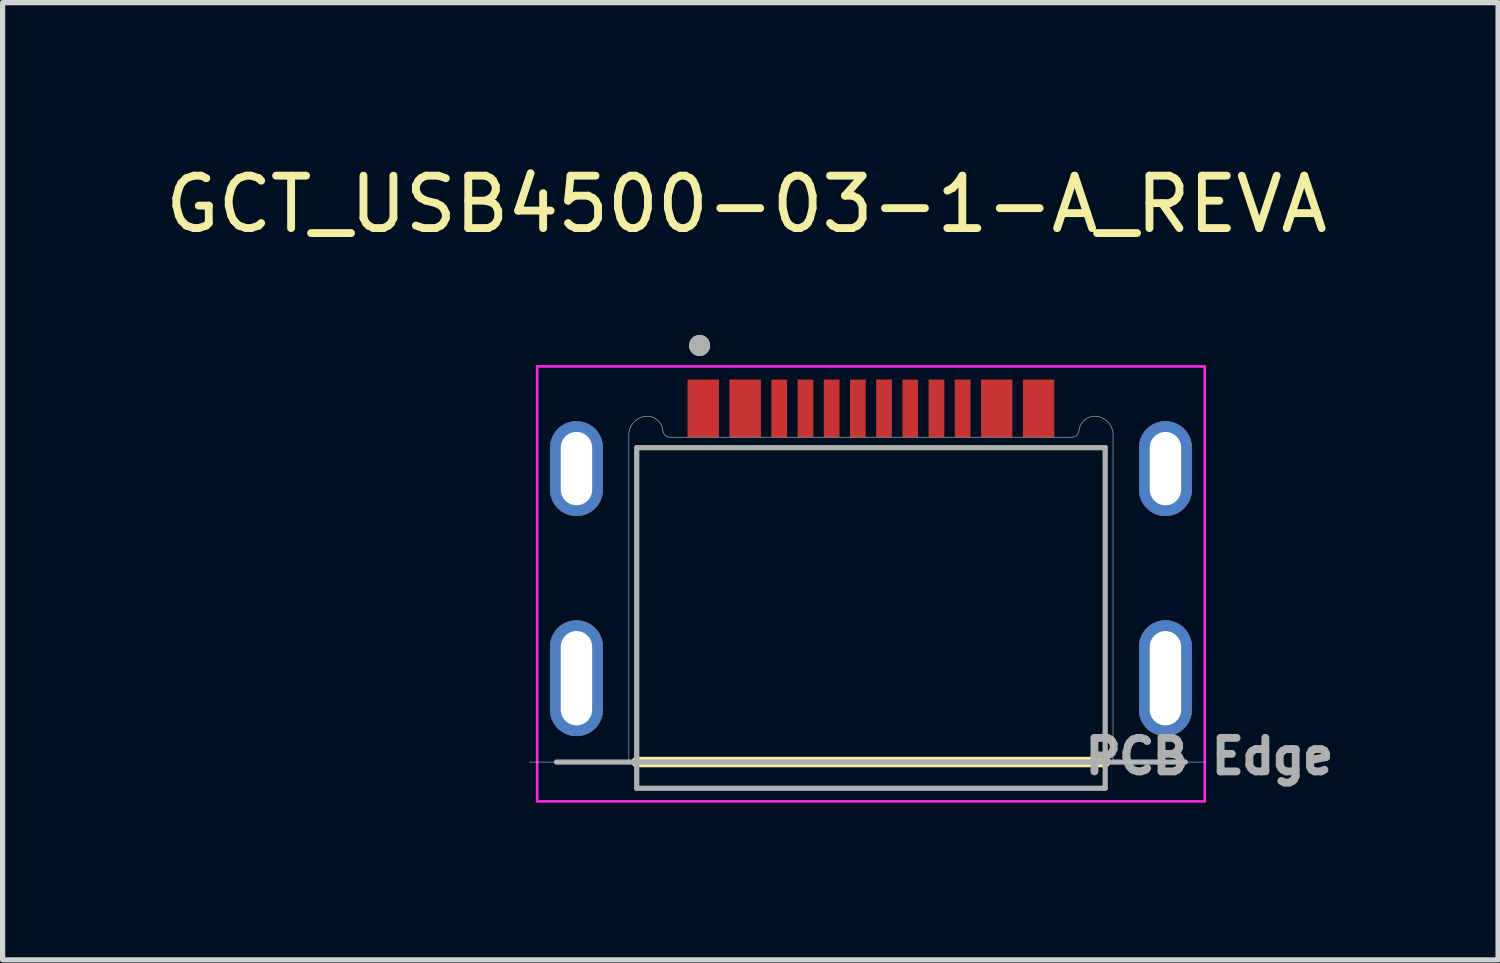
<source format=kicad_pcb>
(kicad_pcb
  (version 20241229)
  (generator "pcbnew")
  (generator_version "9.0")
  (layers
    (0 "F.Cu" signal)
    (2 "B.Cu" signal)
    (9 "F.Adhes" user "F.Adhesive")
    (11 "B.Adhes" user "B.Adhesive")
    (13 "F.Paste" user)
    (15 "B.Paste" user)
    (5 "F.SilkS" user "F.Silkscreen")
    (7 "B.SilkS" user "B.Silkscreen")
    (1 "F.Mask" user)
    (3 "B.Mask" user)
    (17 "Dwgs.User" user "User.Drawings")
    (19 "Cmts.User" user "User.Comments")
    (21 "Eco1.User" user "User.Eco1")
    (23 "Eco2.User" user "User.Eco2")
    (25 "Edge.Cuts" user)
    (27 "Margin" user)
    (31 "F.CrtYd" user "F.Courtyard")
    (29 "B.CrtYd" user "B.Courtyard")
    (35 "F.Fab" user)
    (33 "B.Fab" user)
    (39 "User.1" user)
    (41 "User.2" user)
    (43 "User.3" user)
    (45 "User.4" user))
  (footprint "GCT_USB4500-03-1-A_REVA"
    (layer "F.Cu")
    (at 13.571 9.893)
    (property "Reference" "GCT_USB4500-03-1-A_REVA" (at -2.375 -9.045 0) (layer "F.SilkS") (effects (font (size 1 1) (thickness 0.15))))
    (attr smd)
    (fp_poly (pts (xy -5.62 -3.1) (xy -5.646 -3.101) (xy -5.672 -3.103) (xy -5.698 -3.106) (xy -5.724 -3.111) (xy -5.749 -3.117) (xy -5.775 -3.124) (xy -5.799 -3.133) (xy -5.823 -3.143) (xy -5.847 -3.154) (xy -5.87 -3.167) (xy -5.892 -3.181) (xy -5.914 -3.195) (xy -5.935 -3.211) (xy -5.955 -3.228) (xy -5.974 -3.246) (xy -5.992 -3.265) (xy -6.009 -3.285) (xy -6.025 -3.306) (xy -6.039 -3.328) (xy -6.053 -3.35) (xy -6.066 -3.373) (xy -6.077 -3.397) (xy -6.087 -3.421) (xy -6.096 -3.445) (xy -6.103 -3.471) (xy -6.109 -3.496) (xy -6.114 -3.522) (xy -6.117 -3.548) (xy -6.119 -3.574) (xy -6.12 -3.6) (xy -6.12 -4.4) (xy -6.119 -4.426) (xy -6.117 -4.452) (xy -6.114 -4.478) (xy -6.109 -4.504) (xy -6.103 -4.529) (xy -6.096 -4.555) (xy -6.087 -4.579) (xy -6.077 -4.603) (xy -6.066 -4.627) (xy -6.053 -4.65) (xy -6.039 -4.672) (xy -6.025 -4.694) (xy -6.009 -4.715) (xy -5.992 -4.735) (xy -5.974 -4.754) (xy -5.955 -4.772) (xy -5.935 -4.789) (xy -5.914 -4.805) (xy -5.892 -4.819) (xy -5.87 -4.833) (xy -5.847 -4.846) (xy -5.823 -4.857) (xy -5.799 -4.867) (xy -5.775 -4.876) (xy -5.749 -4.883) (xy -5.724 -4.889) (xy -5.698 -4.894) (xy -5.672 -4.897) (xy -5.646 -4.899) (xy -5.62 -4.9) (xy -5.594 -4.899) (xy -5.568 -4.897) (xy -5.542 -4.894) (xy -5.516 -4.889) (xy -5.491 -4.883) (xy -5.465 -4.876) (xy -5.441 -4.867) (xy -5.417 -4.857) (xy -5.393 -4.846) (xy -5.37 -4.833) (xy -5.348 -4.819) (xy -5.326 -4.805) (xy -5.305 -4.789) (xy -5.285 -4.772) (xy -5.266 -4.754) (xy -5.248 -4.735) (xy -5.231 -4.715) (xy -5.215 -4.694) (xy -5.201 -4.672) (xy -5.187 -4.65) (xy -5.174 -4.627) (xy -5.163 -4.603) (xy -5.153 -4.579) (xy -5.144 -4.555) (xy -5.137 -4.529) (xy -5.131 -4.504) (xy -5.126 -4.478) (xy -5.123 -4.452) (xy -5.121 -4.426) (xy -5.12 -4.4) (xy -5.12 -3.6) (xy -5.121 -3.574) (xy -5.123 -3.548) (xy -5.126 -3.522) (xy -5.131 -3.496) (xy -5.137 -3.471) (xy -5.144 -3.445) (xy -5.153 -3.421) (xy -5.163 -3.397) (xy -5.174 -3.373) (xy -5.187 -3.35) (xy -5.201 -3.328) (xy -5.215 -3.306) (xy -5.231 -3.285) (xy -5.248 -3.265) (xy -5.266 -3.246) (xy -5.285 -3.228) (xy -5.305 -3.211) (xy -5.326 -3.195) (xy -5.348 -3.181) (xy -5.37 -3.167) (xy -5.393 -3.154) (xy -5.417 -3.143) (xy -5.441 -3.133) (xy -5.465 -3.124) (xy -5.491 -3.117) (xy -5.516 -3.111) (xy -5.542 -3.106) (xy -5.568 -3.103) (xy -5.594 -3.101) (xy -5.62 -3.1)) (stroke (width 0.01) (type solid)) (fill yes) (layer "F.Cu"))
    (fp_poly (pts (xy -5.62 1.1) (xy -5.646 1.099) (xy -5.672 1.097) (xy -5.698 1.094) (xy -5.724 1.089) (xy -5.749 1.083) (xy -5.775 1.076) (xy -5.799 1.067) (xy -5.823 1.057) (xy -5.847 1.046) (xy -5.87 1.033) (xy -5.892 1.019) (xy -5.914 1.005) (xy -5.935 0.989) (xy -5.955 0.972) (xy -5.974 0.954) (xy -5.992 0.935) (xy -6.009 0.915) (xy -6.025 0.894) (xy -6.039 0.872) (xy -6.053 0.85) (xy -6.066 0.827) (xy -6.077 0.803) (xy -6.087 0.779) (xy -6.096 0.755) (xy -6.103 0.729) (xy -6.109 0.704) (xy -6.114 0.678) (xy -6.117 0.652) (xy -6.119 0.626) (xy -6.12 0.6) (xy -6.12 -0.6) (xy -6.119 -0.626) (xy -6.117 -0.652) (xy -6.114 -0.678) (xy -6.109 -0.704) (xy -6.103 -0.729) (xy -6.096 -0.755) (xy -6.087 -0.779) (xy -6.077 -0.803) (xy -6.066 -0.827) (xy -6.053 -0.85) (xy -6.039 -0.872) (xy -6.025 -0.894) (xy -6.009 -0.915) (xy -5.992 -0.935) (xy -5.974 -0.954) (xy -5.955 -0.972) (xy -5.935 -0.989) (xy -5.914 -1.005) (xy -5.892 -1.019) (xy -5.87 -1.033) (xy -5.847 -1.046) (xy -5.823 -1.057) (xy -5.799 -1.067) (xy -5.775 -1.076) (xy -5.749 -1.083) (xy -5.724 -1.089) (xy -5.698 -1.094) (xy -5.672 -1.097) (xy -5.646 -1.099) (xy -5.62 -1.1) (xy -5.594 -1.099) (xy -5.568 -1.097) (xy -5.542 -1.094) (xy -5.516 -1.089) (xy -5.491 -1.083) (xy -5.465 -1.076) (xy -5.441 -1.067) (xy -5.417 -1.057) (xy -5.393 -1.046) (xy -5.37 -1.033) (xy -5.348 -1.019) (xy -5.326 -1.005) (xy -5.305 -0.989) (xy -5.285 -0.972) (xy -5.266 -0.954) (xy -5.248 -0.935) (xy -5.231 -0.915) (xy -5.215 -0.894) (xy -5.201 -0.872) (xy -5.187 -0.85) (xy -5.174 -0.827) (xy -5.163 -0.803) (xy -5.153 -0.779) (xy -5.144 -0.755) (xy -5.137 -0.729) (xy -5.131 -0.704) (xy -5.126 -0.678) (xy -5.123 -0.652) (xy -5.121 -0.626) (xy -5.12 -0.6) (xy -5.12 0.6) (xy -5.121 0.626) (xy -5.123 0.652) (xy -5.126 0.678) (xy -5.131 0.704) (xy -5.137 0.729) (xy -5.144 0.755) (xy -5.153 0.779) (xy -5.163 0.803) (xy -5.174 0.827) (xy -5.187 0.85) (xy -5.201 0.872) (xy -5.215 0.894) (xy -5.231 0.915) (xy -5.248 0.935) (xy -5.266 0.954) (xy -5.285 0.972) (xy -5.305 0.989) (xy -5.326 1.005) (xy -5.348 1.019) (xy -5.37 1.033) (xy -5.393 1.046) (xy -5.417 1.057) (xy -5.441 1.067) (xy -5.465 1.076) (xy -5.491 1.083) (xy -5.516 1.089) (xy -5.542 1.094) (xy -5.568 1.097) (xy -5.594 1.099) (xy -5.62 1.1)) (stroke (width 0.01) (type solid)) (fill yes) (layer "F.Cu"))
    (fp_poly (pts (xy 5.62 -3.1) (xy 5.594 -3.101) (xy 5.568 -3.103) (xy 5.542 -3.106) (xy 5.516 -3.111) (xy 5.491 -3.117) (xy 5.465 -3.124) (xy 5.441 -3.133) (xy 5.417 -3.143) (xy 5.393 -3.154) (xy 5.37 -3.167) (xy 5.348 -3.181) (xy 5.326 -3.195) (xy 5.305 -3.211) (xy 5.285 -3.228) (xy 5.266 -3.246) (xy 5.248 -3.265) (xy 5.231 -3.285) (xy 5.215 -3.306) (xy 5.201 -3.328) (xy 5.187 -3.35) (xy 5.174 -3.373) (xy 5.163 -3.397) (xy 5.153 -3.421) (xy 5.144 -3.445) (xy 5.137 -3.471) (xy 5.131 -3.496) (xy 5.126 -3.522) (xy 5.123 -3.548) (xy 5.121 -3.574) (xy 5.12 -3.6) (xy 5.12 -4.4) (xy 5.121 -4.426) (xy 5.123 -4.452) (xy 5.126 -4.478) (xy 5.131 -4.504) (xy 5.137 -4.529) (xy 5.144 -4.555) (xy 5.153 -4.579) (xy 5.163 -4.603) (xy 5.174 -4.627) (xy 5.187 -4.65) (xy 5.201 -4.672) (xy 5.215 -4.694) (xy 5.231 -4.715) (xy 5.248 -4.735) (xy 5.266 -4.754) (xy 5.285 -4.772) (xy 5.305 -4.789) (xy 5.326 -4.805) (xy 5.348 -4.819) (xy 5.37 -4.833) (xy 5.393 -4.846) (xy 5.417 -4.857) (xy 5.441 -4.867) (xy 5.465 -4.876) (xy 5.491 -4.883) (xy 5.516 -4.889) (xy 5.542 -4.894) (xy 5.568 -4.897) (xy 5.594 -4.899) (xy 5.62 -4.9) (xy 5.646 -4.899) (xy 5.672 -4.897) (xy 5.698 -4.894) (xy 5.724 -4.889) (xy 5.749 -4.883) (xy 5.775 -4.876) (xy 5.799 -4.867) (xy 5.823 -4.857) (xy 5.847 -4.846) (xy 5.87 -4.833) (xy 5.892 -4.819) (xy 5.914 -4.805) (xy 5.935 -4.789) (xy 5.955 -4.772) (xy 5.974 -4.754) (xy 5.992 -4.735) (xy 6.009 -4.715) (xy 6.025 -4.694) (xy 6.039 -4.672) (xy 6.053 -4.65) (xy 6.066 -4.627) (xy 6.077 -4.603) (xy 6.087 -4.579) (xy 6.096 -4.555) (xy 6.103 -4.529) (xy 6.109 -4.504) (xy 6.114 -4.478) (xy 6.117 -4.452) (xy 6.119 -4.426) (xy 6.12 -4.4) (xy 6.12 -3.6) (xy 6.119 -3.574) (xy 6.117 -3.548) (xy 6.114 -3.522) (xy 6.109 -3.496) (xy 6.103 -3.471) (xy 6.096 -3.445) (xy 6.087 -3.421) (xy 6.077 -3.397) (xy 6.066 -3.373) (xy 6.053 -3.35) (xy 6.039 -3.328) (xy 6.025 -3.306) (xy 6.009 -3.285) (xy 5.992 -3.265) (xy 5.974 -3.246) (xy 5.955 -3.228) (xy 5.935 -3.211) (xy 5.914 -3.195) (xy 5.892 -3.181) (xy 5.87 -3.167) (xy 5.847 -3.154) (xy 5.823 -3.143) (xy 5.799 -3.133) (xy 5.775 -3.124) (xy 5.749 -3.117) (xy 5.724 -3.111) (xy 5.698 -3.106) (xy 5.672 -3.103) (xy 5.646 -3.101) (xy 5.62 -3.1)) (stroke (width 0.01) (type solid)) (fill yes) (layer "F.Cu"))
    (fp_poly (pts (xy 5.62 1.1) (xy 5.594 1.099) (xy 5.568 1.097) (xy 5.542 1.094) (xy 5.516 1.089) (xy 5.491 1.083) (xy 5.465 1.076) (xy 5.441 1.067) (xy 5.417 1.057) (xy 5.393 1.046) (xy 5.37 1.033) (xy 5.348 1.019) (xy 5.326 1.005) (xy 5.305 0.989) (xy 5.285 0.972) (xy 5.266 0.954) (xy 5.248 0.935) (xy 5.231 0.915) (xy 5.215 0.894) (xy 5.201 0.872) (xy 5.187 0.85) (xy 5.174 0.827) (xy 5.163 0.803) (xy 5.153 0.779) (xy 5.144 0.755) (xy 5.137 0.729) (xy 5.131 0.704) (xy 5.126 0.678) (xy 5.123 0.652) (xy 5.121 0.626) (xy 5.12 0.6) (xy 5.12 -0.6) (xy 5.121 -0.626) (xy 5.123 -0.652) (xy 5.126 -0.678) (xy 5.131 -0.704) (xy 5.137 -0.729) (xy 5.144 -0.755) (xy 5.153 -0.779) (xy 5.163 -0.803) (xy 5.174 -0.827) (xy 5.187 -0.85) (xy 5.201 -0.872) (xy 5.215 -0.894) (xy 5.231 -0.915) (xy 5.248 -0.935) (xy 5.266 -0.954) (xy 5.285 -0.972) (xy 5.305 -0.989) (xy 5.326 -1.005) (xy 5.348 -1.019) (xy 5.37 -1.033) (xy 5.393 -1.046) (xy 5.417 -1.057) (xy 5.441 -1.067) (xy 5.465 -1.076) (xy 5.491 -1.083) (xy 5.516 -1.089) (xy 5.542 -1.094) (xy 5.568 -1.097) (xy 5.594 -1.099) (xy 5.62 -1.1) (xy 5.646 -1.099) (xy 5.672 -1.097) (xy 5.698 -1.094) (xy 5.724 -1.089) (xy 5.749 -1.083) (xy 5.775 -1.076) (xy 5.799 -1.067) (xy 5.823 -1.057) (xy 5.847 -1.046) (xy 5.87 -1.033) (xy 5.892 -1.019) (xy 5.914 -1.005) (xy 5.935 -0.989) (xy 5.955 -0.972) (xy 5.974 -0.954) (xy 5.992 -0.935) (xy 6.009 -0.915) (xy 6.025 -0.894) (xy 6.039 -0.872) (xy 6.053 -0.85) (xy 6.066 -0.827) (xy 6.077 -0.803) (xy 6.087 -0.779) (xy 6.096 -0.755) (xy 6.103 -0.729) (xy 6.109 -0.704) (xy 6.114 -0.678) (xy 6.117 -0.652) (xy 6.119 -0.626) (xy 6.12 -0.6) (xy 6.12 0.6) (xy 6.119 0.626) (xy 6.117 0.652) (xy 6.114 0.678) (xy 6.109 0.704) (xy 6.103 0.729) (xy 6.096 0.755) (xy 6.087 0.779) (xy 6.077 0.803) (xy 6.066 0.827) (xy 6.053 0.85) (xy 6.039 0.872) (xy 6.025 0.894) (xy 6.009 0.915) (xy 5.992 0.935) (xy 5.974 0.954) (xy 5.955 0.972) (xy 5.935 0.989) (xy 5.914 1.005) (xy 5.892 1.019) (xy 5.87 1.033) (xy 5.847 1.046) (xy 5.823 1.057) (xy 5.799 1.067) (xy 5.775 1.076) (xy 5.749 1.083) (xy 5.724 1.089) (xy 5.698 1.094) (xy 5.672 1.097) (xy 5.646 1.099) (xy 5.62 1.1)) (stroke (width 0.01) (type solid)) (fill yes) (layer "F.Cu"))
    (fp_poly (pts (xy -6.22 -3.6) (xy -6.22 -4.4) (xy -6.219 -4.431) (xy -6.217 -4.463) (xy -6.213 -4.494) (xy -6.207 -4.525) (xy -6.2 -4.555) (xy -6.191 -4.585) (xy -6.18 -4.615) (xy -6.168 -4.644) (xy -6.155 -4.672) (xy -6.14 -4.7) (xy -6.123 -4.727) (xy -6.105 -4.753) (xy -6.086 -4.778) (xy -6.066 -4.801) (xy -6.044 -4.824) (xy -6.021 -4.846) (xy -5.998 -4.866) (xy -5.973 -4.885) (xy -5.947 -4.903) (xy -5.92 -4.92) (xy -5.892 -4.935) (xy -5.864 -4.948) (xy -5.835 -4.96) (xy -5.805 -4.971) (xy -5.775 -4.98) (xy -5.745 -4.987) (xy -5.714 -4.993) (xy -5.683 -4.997) (xy -5.651 -4.999) (xy -5.62 -5) (xy -5.589 -4.999) (xy -5.557 -4.997) (xy -5.526 -4.993) (xy -5.495 -4.987) (xy -5.465 -4.98) (xy -5.435 -4.971) (xy -5.405 -4.96) (xy -5.376 -4.948) (xy -5.348 -4.935) (xy -5.32 -4.92) (xy -5.293 -4.903) (xy -5.267 -4.885) (xy -5.242 -4.866) (xy -5.219 -4.846) (xy -5.196 -4.824) (xy -5.174 -4.801) (xy -5.154 -4.778) (xy -5.135 -4.753) (xy -5.117 -4.727) (xy -5.1 -4.7) (xy -5.085 -4.672) (xy -5.072 -4.644) (xy -5.06 -4.615) (xy -5.049 -4.585) (xy -5.04 -4.555) (xy -5.033 -4.525) (xy -5.027 -4.494) (xy -5.023 -4.463) (xy -5.021 -4.431) (xy -5.02 -4.4) (xy -5.02 -3.6) (xy -5.021 -3.569) (xy -5.023 -3.537) (xy -5.027 -3.506) (xy -5.033 -3.475) (xy -5.04 -3.445) (xy -5.049 -3.415) (xy -5.06 -3.385) (xy -5.072 -3.356) (xy -5.085 -3.328) (xy -5.1 -3.3) (xy -5.117 -3.273) (xy -5.135 -3.247) (xy -5.154 -3.222) (xy -5.174 -3.199) (xy -5.196 -3.176) (xy -5.219 -3.154) (xy -5.242 -3.134) (xy -5.267 -3.115) (xy -5.293 -3.097) (xy -5.32 -3.08) (xy -5.348 -3.065) (xy -5.376 -3.052) (xy -5.405 -3.04) (xy -5.435 -3.029) (xy -5.465 -3.02) (xy -5.495 -3.013) (xy -5.526 -3.007) (xy -5.557 -3.003) (xy -5.589 -3.001) (xy -5.62 -3) (xy -5.651 -3.001) (xy -5.683 -3.003) (xy -5.714 -3.007) (xy -5.745 -3.013) (xy -5.775 -3.02) (xy -5.805 -3.029) (xy -5.835 -3.04) (xy -5.864 -3.052) (xy -5.892 -3.065) (xy -5.92 -3.08) (xy -5.947 -3.097) (xy -5.973 -3.115) (xy -5.998 -3.134) (xy -6.021 -3.154) (xy -6.044 -3.176) (xy -6.066 -3.199) (xy -6.086 -3.222) (xy -6.105 -3.247) (xy -6.123 -3.273) (xy -6.14 -3.3) (xy -6.155 -3.328) (xy -6.168 -3.356) (xy -6.18 -3.385) (xy -6.191 -3.415) (xy -6.2 -3.445) (xy -6.207 -3.475) (xy -6.213 -3.506) (xy -6.217 -3.537) (xy -6.219 -3.569) (xy -6.22 -3.6)) (stroke (width 0.01) (type solid)) (fill yes) (layer "F.Mask"))
    (fp_poly (pts (xy -6.22 0.6) (xy -6.22 -0.6) (xy -6.219 -0.631) (xy -6.217 -0.663) (xy -6.213 -0.694) (xy -6.207 -0.725) (xy -6.2 -0.755) (xy -6.191 -0.785) (xy -6.18 -0.815) (xy -6.168 -0.844) (xy -6.155 -0.872) (xy -6.14 -0.9) (xy -6.123 -0.927) (xy -6.105 -0.953) (xy -6.086 -0.978) (xy -6.066 -1.001) (xy -6.044 -1.024) (xy -6.021 -1.046) (xy -5.998 -1.066) (xy -5.973 -1.085) (xy -5.947 -1.103) (xy -5.92 -1.12) (xy -5.892 -1.135) (xy -5.864 -1.148) (xy -5.835 -1.16) (xy -5.805 -1.171) (xy -5.775 -1.18) (xy -5.745 -1.187) (xy -5.714 -1.193) (xy -5.683 -1.197) (xy -5.651 -1.199) (xy -5.62 -1.2) (xy -5.589 -1.199) (xy -5.557 -1.197) (xy -5.526 -1.193) (xy -5.495 -1.187) (xy -5.465 -1.18) (xy -5.435 -1.171) (xy -5.405 -1.16) (xy -5.376 -1.148) (xy -5.348 -1.135) (xy -5.32 -1.12) (xy -5.293 -1.103) (xy -5.267 -1.085) (xy -5.242 -1.066) (xy -5.219 -1.046) (xy -5.196 -1.024) (xy -5.174 -1.001) (xy -5.154 -0.978) (xy -5.135 -0.953) (xy -5.117 -0.927) (xy -5.1 -0.9) (xy -5.085 -0.872) (xy -5.072 -0.844) (xy -5.06 -0.815) (xy -5.049 -0.785) (xy -5.04 -0.755) (xy -5.033 -0.725) (xy -5.027 -0.694) (xy -5.023 -0.663) (xy -5.021 -0.631) (xy -5.02 -0.6) (xy -5.02 0.6) (xy -5.021 0.631) (xy -5.023 0.663) (xy -5.027 0.694) (xy -5.033 0.725) (xy -5.04 0.755) (xy -5.049 0.785) (xy -5.06 0.815) (xy -5.072 0.844) (xy -5.085 0.872) (xy -5.1 0.9) (xy -5.117 0.927) (xy -5.135 0.953) (xy -5.154 0.978) (xy -5.174 1.001) (xy -5.196 1.024) (xy -5.219 1.046) (xy -5.242 1.066) (xy -5.267 1.085) (xy -5.293 1.103) (xy -5.32 1.12) (xy -5.348 1.135) (xy -5.376 1.148) (xy -5.405 1.16) (xy -5.435 1.171) (xy -5.465 1.18) (xy -5.495 1.187) (xy -5.526 1.193) (xy -5.557 1.197) (xy -5.589 1.199) (xy -5.62 1.2) (xy -5.651 1.199) (xy -5.683 1.197) (xy -5.714 1.193) (xy -5.745 1.187) (xy -5.775 1.18) (xy -5.805 1.171) (xy -5.835 1.16) (xy -5.864 1.148) (xy -5.892 1.135) (xy -5.92 1.12) (xy -5.947 1.103) (xy -5.973 1.085) (xy -5.998 1.066) (xy -6.021 1.046) (xy -6.044 1.024) (xy -6.066 1.001) (xy -6.086 0.978) (xy -6.105 0.953) (xy -6.123 0.927) (xy -6.14 0.9) (xy -6.155 0.872) (xy -6.168 0.844) (xy -6.18 0.815) (xy -6.191 0.785) (xy -6.2 0.755) (xy -6.207 0.725) (xy -6.213 0.694) (xy -6.217 0.663) (xy -6.219 0.631) (xy -6.22 0.6)) (stroke (width 0.01) (type solid)) (fill yes) (layer "F.Mask"))
    (fp_poly (pts (xy 5.02 -3.6) (xy 5.02 -4.4) (xy 5.021 -4.431) (xy 5.023 -4.463) (xy 5.027 -4.494) (xy 5.033 -4.525) (xy 5.04 -4.555) (xy 5.049 -4.585) (xy 5.06 -4.615) (xy 5.072 -4.644) (xy 5.085 -4.672) (xy 5.1 -4.7) (xy 5.117 -4.727) (xy 5.135 -4.753) (xy 5.154 -4.778) (xy 5.174 -4.801) (xy 5.196 -4.824) (xy 5.219 -4.846) (xy 5.242 -4.866) (xy 5.267 -4.885) (xy 5.293 -4.903) (xy 5.32 -4.92) (xy 5.348 -4.935) (xy 5.376 -4.948) (xy 5.405 -4.96) (xy 5.435 -4.971) (xy 5.465 -4.98) (xy 5.495 -4.987) (xy 5.526 -4.993) (xy 5.557 -4.997) (xy 5.589 -4.999) (xy 5.62 -5) (xy 5.651 -4.999) (xy 5.683 -4.997) (xy 5.714 -4.993) (xy 5.745 -4.987) (xy 5.775 -4.98) (xy 5.805 -4.971) (xy 5.835 -4.96) (xy 5.864 -4.948) (xy 5.892 -4.935) (xy 5.92 -4.92) (xy 5.947 -4.903) (xy 5.973 -4.885) (xy 5.998 -4.866) (xy 6.021 -4.846) (xy 6.044 -4.824) (xy 6.066 -4.801) (xy 6.086 -4.778) (xy 6.105 -4.753) (xy 6.123 -4.727) (xy 6.14 -4.7) (xy 6.155 -4.672) (xy 6.168 -4.644) (xy 6.18 -4.615) (xy 6.191 -4.585) (xy 6.2 -4.555) (xy 6.207 -4.525) (xy 6.213 -4.494) (xy 6.217 -4.463) (xy 6.219 -4.431) (xy 6.22 -4.4) (xy 6.22 -3.6) (xy 6.219 -3.569) (xy 6.217 -3.537) (xy 6.213 -3.506) (xy 6.207 -3.475) (xy 6.2 -3.445) (xy 6.191 -3.415) (xy 6.18 -3.385) (xy 6.168 -3.356) (xy 6.155 -3.328) (xy 6.14 -3.3) (xy 6.123 -3.273) (xy 6.105 -3.247) (xy 6.086 -3.222) (xy 6.066 -3.199) (xy 6.044 -3.176) (xy 6.021 -3.154) (xy 5.998 -3.134) (xy 5.973 -3.115) (xy 5.947 -3.097) (xy 5.92 -3.08) (xy 5.892 -3.065) (xy 5.864 -3.052) (xy 5.835 -3.04) (xy 5.805 -3.029) (xy 5.775 -3.02) (xy 5.745 -3.013) (xy 5.714 -3.007) (xy 5.683 -3.003) (xy 5.651 -3.001) (xy 5.62 -3) (xy 5.589 -3.001) (xy 5.557 -3.003) (xy 5.526 -3.007) (xy 5.495 -3.013) (xy 5.465 -3.02) (xy 5.435 -3.029) (xy 5.405 -3.04) (xy 5.376 -3.052) (xy 5.348 -3.065) (xy 5.32 -3.08) (xy 5.293 -3.097) (xy 5.267 -3.115) (xy 5.242 -3.134) (xy 5.219 -3.154) (xy 5.196 -3.176) (xy 5.174 -3.199) (xy 5.154 -3.222) (xy 5.135 -3.247) (xy 5.117 -3.273) (xy 5.1 -3.3) (xy 5.085 -3.328) (xy 5.072 -3.356) (xy 5.06 -3.385) (xy 5.049 -3.415) (xy 5.04 -3.445) (xy 5.033 -3.475) (xy 5.027 -3.506) (xy 5.023 -3.537) (xy 5.021 -3.569) (xy 5.02 -3.6)) (stroke (width 0.01) (type solid)) (fill yes) (layer "F.Mask"))
    (fp_poly (pts (xy 5.02 0) (xy 5.02 -0.6) (xy 5.021 -0.631) (xy 5.023 -0.663) (xy 5.027 -0.694) (xy 5.033 -0.725) (xy 5.04 -0.755) (xy 5.049 -0.785) (xy 5.06 -0.815) (xy 5.072 -0.844) (xy 5.085 -0.872) (xy 5.1 -0.9) (xy 5.117 -0.927) (xy 5.135 -0.953) (xy 5.154 -0.978) (xy 5.174 -1.001) (xy 5.196 -1.024) (xy 5.219 -1.046) (xy 5.242 -1.066) (xy 5.267 -1.085) (xy 5.293 -1.103) (xy 5.32 -1.12) (xy 5.348 -1.135) (xy 5.376 -1.148) (xy 5.405 -1.16) (xy 5.435 -1.171) (xy 5.465 -1.18) (xy 5.495 -1.187) (xy 5.526 -1.193) (xy 5.557 -1.197) (xy 5.589 -1.199) (xy 5.62 -1.2) (xy 5.651 -1.199) (xy 5.683 -1.197) (xy 5.714 -1.193) (xy 5.745 -1.187) (xy 5.775 -1.18) (xy 5.805 -1.171) (xy 5.835 -1.16) (xy 5.864 -1.148) (xy 5.892 -1.135) (xy 5.92 -1.12) (xy 5.947 -1.103) (xy 5.973 -1.085) (xy 5.998 -1.066) (xy 6.021 -1.046) (xy 6.044 -1.024) (xy 6.066 -1.001) (xy 6.086 -0.978) (xy 6.105 -0.953) (xy 6.123 -0.927) (xy 6.14 -0.9) (xy 6.155 -0.872) (xy 6.168 -0.844) (xy 6.18 -0.815) (xy 6.191 -0.785) (xy 6.2 -0.755) (xy 6.207 -0.725) (xy 6.213 -0.694) (xy 6.217 -0.663) (xy 6.219 -0.631) (xy 6.22 -0.6) (xy 6.22 0) (xy 6.22 0.6) (xy 6.219 0.631) (xy 6.217 0.663) (xy 6.213 0.694) (xy 6.207 0.725) (xy 6.2 0.755) (xy 6.191 0.785) (xy 6.18 0.815) (xy 6.168 0.844) (xy 6.155 0.872) (xy 6.14 0.9) (xy 6.123 0.927) (xy 6.105 0.953) (xy 6.086 0.978) (xy 6.066 1.001) (xy 6.044 1.024) (xy 6.021 1.046) (xy 5.998 1.066) (xy 5.973 1.085) (xy 5.947 1.103) (xy 5.92 1.12) (xy 5.892 1.135) (xy 5.864 1.148) (xy 5.835 1.16) (xy 5.805 1.171) (xy 5.775 1.18) (xy 5.745 1.187) (xy 5.714 1.193) (xy 5.683 1.197) (xy 5.651 1.199) (xy 5.62 1.2) (xy 5.589 1.199) (xy 5.557 1.197) (xy 5.526 1.193) (xy 5.495 1.187) (xy 5.465 1.18) (xy 5.435 1.171) (xy 5.405 1.16) (xy 5.376 1.148) (xy 5.348 1.135) (xy 5.32 1.12) (xy 5.293 1.103) (xy 5.267 1.085) (xy 5.242 1.066) (xy 5.219 1.046) (xy 5.196 1.024) (xy 5.174 1.001) (xy 5.154 0.978) (xy 5.135 0.953) (xy 5.117 0.927) (xy 5.1 0.9) (xy 5.085 0.872) (xy 5.072 0.844) (xy 5.06 0.815) (xy 5.049 0.785) (xy 5.04 0.755) (xy 5.033 0.725) (xy 5.027 0.694) (xy 5.023 0.663) (xy 5.021 0.631) (xy 5.02 0.6) (xy 5.02 0)) (stroke (width 0.01) (type solid)) (fill yes) (layer "F.Mask"))
    (fp_poly (pts (xy -5.62 -3.1) (xy -5.646 -3.101) (xy -5.672 -3.103) (xy -5.698 -3.106) (xy -5.724 -3.111) (xy -5.749 -3.117) (xy -5.775 -3.124) (xy -5.799 -3.133) (xy -5.823 -3.143) (xy -5.847 -3.154) (xy -5.87 -3.167) (xy -5.892 -3.181) (xy -5.914 -3.195) (xy -5.935 -3.211) (xy -5.955 -3.228) (xy -5.974 -3.246) (xy -5.992 -3.265) (xy -6.009 -3.285) (xy -6.025 -3.306) (xy -6.039 -3.328) (xy -6.053 -3.35) (xy -6.066 -3.373) (xy -6.077 -3.397) (xy -6.087 -3.421) (xy -6.096 -3.445) (xy -6.103 -3.471) (xy -6.109 -3.496) (xy -6.114 -3.522) (xy -6.117 -3.548) (xy -6.119 -3.574) (xy -6.12 -3.6) (xy -6.12 -4.4) (xy -6.119 -4.426) (xy -6.117 -4.452) (xy -6.114 -4.478) (xy -6.109 -4.504) (xy -6.103 -4.529) (xy -6.096 -4.555) (xy -6.087 -4.579) (xy -6.077 -4.603) (xy -6.066 -4.627) (xy -6.053 -4.65) (xy -6.039 -4.672) (xy -6.025 -4.694) (xy -6.009 -4.715) (xy -5.992 -4.735) (xy -5.974 -4.754) (xy -5.955 -4.772) (xy -5.935 -4.789) (xy -5.914 -4.805) (xy -5.892 -4.819) (xy -5.87 -4.833) (xy -5.847 -4.846) (xy -5.823 -4.857) (xy -5.799 -4.867) (xy -5.775 -4.876) (xy -5.749 -4.883) (xy -5.724 -4.889) (xy -5.698 -4.894) (xy -5.672 -4.897) (xy -5.646 -4.899) (xy -5.62 -4.9) (xy -5.594 -4.899) (xy -5.568 -4.897) (xy -5.542 -4.894) (xy -5.516 -4.889) (xy -5.491 -4.883) (xy -5.465 -4.876) (xy -5.441 -4.867) (xy -5.417 -4.857) (xy -5.393 -4.846) (xy -5.37 -4.833) (xy -5.348 -4.819) (xy -5.326 -4.805) (xy -5.305 -4.789) (xy -5.285 -4.772) (xy -5.266 -4.754) (xy -5.248 -4.735) (xy -5.231 -4.715) (xy -5.215 -4.694) (xy -5.201 -4.672) (xy -5.187 -4.65) (xy -5.174 -4.627) (xy -5.163 -4.603) (xy -5.153 -4.579) (xy -5.144 -4.555) (xy -5.137 -4.529) (xy -5.131 -4.504) (xy -5.126 -4.478) (xy -5.123 -4.452) (xy -5.121 -4.426) (xy -5.12 -4.4) (xy -5.12 -3.6) (xy -5.121 -3.574) (xy -5.123 -3.548) (xy -5.126 -3.522) (xy -5.131 -3.496) (xy -5.137 -3.471) (xy -5.144 -3.445) (xy -5.153 -3.421) (xy -5.163 -3.397) (xy -5.174 -3.373) (xy -5.187 -3.35) (xy -5.201 -3.328) (xy -5.215 -3.306) (xy -5.231 -3.285) (xy -5.248 -3.265) (xy -5.266 -3.246) (xy -5.285 -3.228) (xy -5.305 -3.211) (xy -5.326 -3.195) (xy -5.348 -3.181) (xy -5.37 -3.167) (xy -5.393 -3.154) (xy -5.417 -3.143) (xy -5.441 -3.133) (xy -5.465 -3.124) (xy -5.491 -3.117) (xy -5.516 -3.111) (xy -5.542 -3.106) (xy -5.568 -3.103) (xy -5.594 -3.101) (xy -5.62 -3.1)) (stroke (width 0.01) (type solid)) (fill yes) (layer "B.Cu"))
    (fp_poly (pts (xy -5.62 1.1) (xy -5.646 1.099) (xy -5.672 1.097) (xy -5.698 1.094) (xy -5.724 1.089) (xy -5.749 1.083) (xy -5.775 1.076) (xy -5.799 1.067) (xy -5.823 1.057) (xy -5.847 1.046) (xy -5.87 1.033) (xy -5.892 1.019) (xy -5.914 1.005) (xy -5.935 0.989) (xy -5.955 0.972) (xy -5.974 0.954) (xy -5.992 0.935) (xy -6.009 0.915) (xy -6.025 0.894) (xy -6.039 0.872) (xy -6.053 0.85) (xy -6.066 0.827) (xy -6.077 0.803) (xy -6.087 0.779) (xy -6.096 0.755) (xy -6.103 0.729) (xy -6.109 0.704) (xy -6.114 0.678) (xy -6.117 0.652) (xy -6.119 0.626) (xy -6.12 0.6) (xy -6.12 -0.6) (xy -6.119 -0.626) (xy -6.117 -0.652) (xy -6.114 -0.678) (xy -6.109 -0.704) (xy -6.103 -0.729) (xy -6.096 -0.755) (xy -6.087 -0.779) (xy -6.077 -0.803) (xy -6.066 -0.827) (xy -6.053 -0.85) (xy -6.039 -0.872) (xy -6.025 -0.894) (xy -6.009 -0.915) (xy -5.992 -0.935) (xy -5.974 -0.954) (xy -5.955 -0.972) (xy -5.935 -0.989) (xy -5.914 -1.005) (xy -5.892 -1.019) (xy -5.87 -1.033) (xy -5.847 -1.046) (xy -5.823 -1.057) (xy -5.799 -1.067) (xy -5.775 -1.076) (xy -5.749 -1.083) (xy -5.724 -1.089) (xy -5.698 -1.094) (xy -5.672 -1.097) (xy -5.646 -1.099) (xy -5.62 -1.1) (xy -5.594 -1.099) (xy -5.568 -1.097) (xy -5.542 -1.094) (xy -5.516 -1.089) (xy -5.491 -1.083) (xy -5.465 -1.076) (xy -5.441 -1.067) (xy -5.417 -1.057) (xy -5.393 -1.046) (xy -5.37 -1.033) (xy -5.348 -1.019) (xy -5.326 -1.005) (xy -5.305 -0.989) (xy -5.285 -0.972) (xy -5.266 -0.954) (xy -5.248 -0.935) (xy -5.231 -0.915) (xy -5.215 -0.894) (xy -5.201 -0.872) (xy -5.187 -0.85) (xy -5.174 -0.827) (xy -5.163 -0.803) (xy -5.153 -0.779) (xy -5.144 -0.755) (xy -5.137 -0.729) (xy -5.131 -0.704) (xy -5.126 -0.678) (xy -5.123 -0.652) (xy -5.121 -0.626) (xy -5.12 -0.6) (xy -5.12 0.6) (xy -5.121 0.626) (xy -5.123 0.652) (xy -5.126 0.678) (xy -5.131 0.704) (xy -5.137 0.729) (xy -5.144 0.755) (xy -5.153 0.779) (xy -5.163 0.803) (xy -5.174 0.827) (xy -5.187 0.85) (xy -5.201 0.872) (xy -5.215 0.894) (xy -5.231 0.915) (xy -5.248 0.935) (xy -5.266 0.954) (xy -5.285 0.972) (xy -5.305 0.989) (xy -5.326 1.005) (xy -5.348 1.019) (xy -5.37 1.033) (xy -5.393 1.046) (xy -5.417 1.057) (xy -5.441 1.067) (xy -5.465 1.076) (xy -5.491 1.083) (xy -5.516 1.089) (xy -5.542 1.094) (xy -5.568 1.097) (xy -5.594 1.099) (xy -5.62 1.1)) (stroke (width 0.01) (type solid)) (fill yes) (layer "B.Cu"))
    (fp_poly (pts (xy 5.62 -3.1) (xy 5.594 -3.101) (xy 5.568 -3.103) (xy 5.542 -3.106) (xy 5.516 -3.111) (xy 5.491 -3.117) (xy 5.465 -3.124) (xy 5.441 -3.133) (xy 5.417 -3.143) (xy 5.393 -3.154) (xy 5.37 -3.167) (xy 5.348 -3.181) (xy 5.326 -3.195) (xy 5.305 -3.211) (xy 5.285 -3.228) (xy 5.266 -3.246) (xy 5.248 -3.265) (xy 5.231 -3.285) (xy 5.215 -3.306) (xy 5.201 -3.328) (xy 5.187 -3.35) (xy 5.174 -3.373) (xy 5.163 -3.397) (xy 5.153 -3.421) (xy 5.144 -3.445) (xy 5.137 -3.471) (xy 5.131 -3.496) (xy 5.126 -3.522) (xy 5.123 -3.548) (xy 5.121 -3.574) (xy 5.12 -3.6) (xy 5.12 -4.4) (xy 5.121 -4.426) (xy 5.123 -4.452) (xy 5.126 -4.478) (xy 5.131 -4.504) (xy 5.137 -4.529) (xy 5.144 -4.555) (xy 5.153 -4.579) (xy 5.163 -4.603) (xy 5.174 -4.627) (xy 5.187 -4.65) (xy 5.201 -4.672) (xy 5.215 -4.694) (xy 5.231 -4.715) (xy 5.248 -4.735) (xy 5.266 -4.754) (xy 5.285 -4.772) (xy 5.305 -4.789) (xy 5.326 -4.805) (xy 5.348 -4.819) (xy 5.37 -4.833) (xy 5.393 -4.846) (xy 5.417 -4.857) (xy 5.441 -4.867) (xy 5.465 -4.876) (xy 5.491 -4.883) (xy 5.516 -4.889) (xy 5.542 -4.894) (xy 5.568 -4.897) (xy 5.594 -4.899) (xy 5.62 -4.9) (xy 5.646 -4.899) (xy 5.672 -4.897) (xy 5.698 -4.894) (xy 5.724 -4.889) (xy 5.749 -4.883) (xy 5.775 -4.876) (xy 5.799 -4.867) (xy 5.823 -4.857) (xy 5.847 -4.846) (xy 5.87 -4.833) (xy 5.892 -4.819) (xy 5.914 -4.805) (xy 5.935 -4.789) (xy 5.955 -4.772) (xy 5.974 -4.754) (xy 5.992 -4.735) (xy 6.009 -4.715) (xy 6.025 -4.694) (xy 6.039 -4.672) (xy 6.053 -4.65) (xy 6.066 -4.627) (xy 6.077 -4.603) (xy 6.087 -4.579) (xy 6.096 -4.555) (xy 6.103 -4.529) (xy 6.109 -4.504) (xy 6.114 -4.478) (xy 6.117 -4.452) (xy 6.119 -4.426) (xy 6.12 -4.4) (xy 6.12 -3.6) (xy 6.119 -3.574) (xy 6.117 -3.548) (xy 6.114 -3.522) (xy 6.109 -3.496) (xy 6.103 -3.471) (xy 6.096 -3.445) (xy 6.087 -3.421) (xy 6.077 -3.397) (xy 6.066 -3.373) (xy 6.053 -3.35) (xy 6.039 -3.328) (xy 6.025 -3.306) (xy 6.009 -3.285) (xy 5.992 -3.265) (xy 5.974 -3.246) (xy 5.955 -3.228) (xy 5.935 -3.211) (xy 5.914 -3.195) (xy 5.892 -3.181) (xy 5.87 -3.167) (xy 5.847 -3.154) (xy 5.823 -3.143) (xy 5.799 -3.133) (xy 5.775 -3.124) (xy 5.749 -3.117) (xy 5.724 -3.111) (xy 5.698 -3.106) (xy 5.672 -3.103) (xy 5.646 -3.101) (xy 5.62 -3.1)) (stroke (width 0.01) (type solid)) (fill yes) (layer "B.Cu"))
    (fp_poly (pts (xy 5.62 1.1) (xy 5.594 1.099) (xy 5.568 1.097) (xy 5.542 1.094) (xy 5.516 1.089) (xy 5.491 1.083) (xy 5.465 1.076) (xy 5.441 1.067) (xy 5.417 1.057) (xy 5.393 1.046) (xy 5.37 1.033) (xy 5.348 1.019) (xy 5.326 1.005) (xy 5.305 0.989) (xy 5.285 0.972) (xy 5.266 0.954) (xy 5.248 0.935) (xy 5.231 0.915) (xy 5.215 0.894) (xy 5.201 0.872) (xy 5.187 0.85) (xy 5.174 0.827) (xy 5.163 0.803) (xy 5.153 0.779) (xy 5.144 0.755) (xy 5.137 0.729) (xy 5.131 0.704) (xy 5.126 0.678) (xy 5.123 0.652) (xy 5.121 0.626) (xy 5.12 0.6) (xy 5.12 -0.6) (xy 5.121 -0.626) (xy 5.123 -0.652) (xy 5.126 -0.678) (xy 5.131 -0.704) (xy 5.137 -0.729) (xy 5.144 -0.755) (xy 5.153 -0.779) (xy 5.163 -0.803) (xy 5.174 -0.827) (xy 5.187 -0.85) (xy 5.201 -0.872) (xy 5.215 -0.894) (xy 5.231 -0.915) (xy 5.248 -0.935) (xy 5.266 -0.954) (xy 5.285 -0.972) (xy 5.305 -0.989) (xy 5.326 -1.005) (xy 5.348 -1.019) (xy 5.37 -1.033) (xy 5.393 -1.046) (xy 5.417 -1.057) (xy 5.441 -1.067) (xy 5.465 -1.076) (xy 5.491 -1.083) (xy 5.516 -1.089) (xy 5.542 -1.094) (xy 5.568 -1.097) (xy 5.594 -1.099) (xy 5.62 -1.1) (xy 5.646 -1.099) (xy 5.672 -1.097) (xy 5.698 -1.094) (xy 5.724 -1.089) (xy 5.749 -1.083) (xy 5.775 -1.076) (xy 5.799 -1.067) (xy 5.823 -1.057) (xy 5.847 -1.046) (xy 5.87 -1.033) (xy 5.892 -1.019) (xy 5.914 -1.005) (xy 5.935 -0.989) (xy 5.955 -0.972) (xy 5.974 -0.954) (xy 5.992 -0.935) (xy 6.009 -0.915) (xy 6.025 -0.894) (xy 6.039 -0.872) (xy 6.053 -0.85) (xy 6.066 -0.827) (xy 6.077 -0.803) (xy 6.087 -0.779) (xy 6.096 -0.755) (xy 6.103 -0.729) (xy 6.109 -0.704) (xy 6.114 -0.678) (xy 6.117 -0.652) (xy 6.119 -0.626) (xy 6.12 -0.6) (xy 6.12 0.6) (xy 6.119 0.626) (xy 6.117 0.652) (xy 6.114 0.678) (xy 6.109 0.704) (xy 6.103 0.729) (xy 6.096 0.755) (xy 6.087 0.779) (xy 6.077 0.803) (xy 6.066 0.827) (xy 6.053 0.85) (xy 6.039 0.872) (xy 6.025 0.894) (xy 6.009 0.915) (xy 5.992 0.935) (xy 5.974 0.954) (xy 5.955 0.972) (xy 5.935 0.989) (xy 5.914 1.005) (xy 5.892 1.019) (xy 5.87 1.033) (xy 5.847 1.046) (xy 5.823 1.057) (xy 5.799 1.067) (xy 5.775 1.076) (xy 5.749 1.083) (xy 5.724 1.089) (xy 5.698 1.094) (xy 5.672 1.097) (xy 5.646 1.099) (xy 5.62 1.1)) (stroke (width 0.01) (type solid)) (fill yes) (layer "B.Cu"))
    (fp_poly (pts (xy -6.22 -3.6) (xy -6.22 -4.4) (xy -6.219 -4.431) (xy -6.217 -4.463) (xy -6.213 -4.494) (xy -6.207 -4.525) (xy -6.2 -4.555) (xy -6.191 -4.585) (xy -6.18 -4.615) (xy -6.168 -4.644) (xy -6.155 -4.672) (xy -6.14 -4.7) (xy -6.123 -4.727) (xy -6.105 -4.753) (xy -6.086 -4.778) (xy -6.066 -4.801) (xy -6.044 -4.824) (xy -6.021 -4.846) (xy -5.998 -4.866) (xy -5.973 -4.885) (xy -5.947 -4.903) (xy -5.92 -4.92) (xy -5.892 -4.935) (xy -5.864 -4.948) (xy -5.835 -4.96) (xy -5.805 -4.971) (xy -5.775 -4.98) (xy -5.745 -4.987) (xy -5.714 -4.993) (xy -5.683 -4.997) (xy -5.651 -4.999) (xy -5.62 -5) (xy -5.589 -4.999) (xy -5.557 -4.997) (xy -5.526 -4.993) (xy -5.495 -4.987) (xy -5.465 -4.98) (xy -5.435 -4.971) (xy -5.405 -4.96) (xy -5.376 -4.948) (xy -5.348 -4.935) (xy -5.32 -4.92) (xy -5.293 -4.903) (xy -5.267 -4.885) (xy -5.242 -4.866) (xy -5.219 -4.846) (xy -5.196 -4.824) (xy -5.174 -4.801) (xy -5.154 -4.778) (xy -5.135 -4.753) (xy -5.117 -4.727) (xy -5.1 -4.7) (xy -5.085 -4.672) (xy -5.072 -4.644) (xy -5.06 -4.615) (xy -5.049 -4.585) (xy -5.04 -4.555) (xy -5.033 -4.525) (xy -5.027 -4.494) (xy -5.023 -4.463) (xy -5.021 -4.431) (xy -5.02 -4.4) (xy -5.02 -3.6) (xy -5.021 -3.569) (xy -5.023 -3.537) (xy -5.027 -3.506) (xy -5.033 -3.475) (xy -5.04 -3.445) (xy -5.049 -3.415) (xy -5.06 -3.385) (xy -5.072 -3.356) (xy -5.085 -3.328) (xy -5.1 -3.3) (xy -5.117 -3.273) (xy -5.135 -3.247) (xy -5.154 -3.222) (xy -5.174 -3.199) (xy -5.196 -3.176) (xy -5.219 -3.154) (xy -5.242 -3.134) (xy -5.267 -3.115) (xy -5.293 -3.097) (xy -5.32 -3.08) (xy -5.348 -3.065) (xy -5.376 -3.052) (xy -5.405 -3.04) (xy -5.435 -3.029) (xy -5.465 -3.02) (xy -5.495 -3.013) (xy -5.526 -3.007) (xy -5.557 -3.003) (xy -5.589 -3.001) (xy -5.62 -3) (xy -5.651 -3.001) (xy -5.683 -3.003) (xy -5.714 -3.007) (xy -5.745 -3.013) (xy -5.775 -3.02) (xy -5.805 -3.029) (xy -5.835 -3.04) (xy -5.864 -3.052) (xy -5.892 -3.065) (xy -5.92 -3.08) (xy -5.947 -3.097) (xy -5.973 -3.115) (xy -5.998 -3.134) (xy -6.021 -3.154) (xy -6.044 -3.176) (xy -6.066 -3.199) (xy -6.086 -3.222) (xy -6.105 -3.247) (xy -6.123 -3.273) (xy -6.14 -3.3) (xy -6.155 -3.328) (xy -6.168 -3.356) (xy -6.18 -3.385) (xy -6.191 -3.415) (xy -6.2 -3.445) (xy -6.207 -3.475) (xy -6.213 -3.506) (xy -6.217 -3.537) (xy -6.219 -3.569) (xy -6.22 -3.6)) (stroke (width 0.01) (type solid)) (fill yes) (layer "B.Mask"))
    (fp_poly (pts (xy -6.22 0.6) (xy -6.22 -0.6) (xy -6.219 -0.631) (xy -6.217 -0.663) (xy -6.213 -0.694) (xy -6.207 -0.725) (xy -6.2 -0.755) (xy -6.191 -0.785) (xy -6.18 -0.815) (xy -6.168 -0.844) (xy -6.155 -0.872) (xy -6.14 -0.9) (xy -6.123 -0.927) (xy -6.105 -0.953) (xy -6.086 -0.978) (xy -6.066 -1.001) (xy -6.044 -1.024) (xy -6.021 -1.046) (xy -5.998 -1.066) (xy -5.973 -1.085) (xy -5.947 -1.103) (xy -5.92 -1.12) (xy -5.892 -1.135) (xy -5.864 -1.148) (xy -5.835 -1.16) (xy -5.805 -1.171) (xy -5.775 -1.18) (xy -5.745 -1.187) (xy -5.714 -1.193) (xy -5.683 -1.197) (xy -5.651 -1.199) (xy -5.62 -1.2) (xy -5.589 -1.199) (xy -5.557 -1.197) (xy -5.526 -1.193) (xy -5.495 -1.187) (xy -5.465 -1.18) (xy -5.435 -1.171) (xy -5.405 -1.16) (xy -5.376 -1.148) (xy -5.348 -1.135) (xy -5.32 -1.12) (xy -5.293 -1.103) (xy -5.267 -1.085) (xy -5.242 -1.066) (xy -5.219 -1.046) (xy -5.196 -1.024) (xy -5.174 -1.001) (xy -5.154 -0.978) (xy -5.135 -0.953) (xy -5.117 -0.927) (xy -5.1 -0.9) (xy -5.085 -0.872) (xy -5.072 -0.844) (xy -5.06 -0.815) (xy -5.049 -0.785) (xy -5.04 -0.755) (xy -5.033 -0.725) (xy -5.027 -0.694) (xy -5.023 -0.663) (xy -5.021 -0.631) (xy -5.02 -0.6) (xy -5.02 0.6) (xy -5.021 0.631) (xy -5.023 0.663) (xy -5.027 0.694) (xy -5.033 0.725) (xy -5.04 0.755) (xy -5.049 0.785) (xy -5.06 0.815) (xy -5.072 0.844) (xy -5.085 0.872) (xy -5.1 0.9) (xy -5.117 0.927) (xy -5.135 0.953) (xy -5.154 0.978) (xy -5.174 1.001) (xy -5.196 1.024) (xy -5.219 1.046) (xy -5.242 1.066) (xy -5.267 1.085) (xy -5.293 1.103) (xy -5.32 1.12) (xy -5.348 1.135) (xy -5.376 1.148) (xy -5.405 1.16) (xy -5.435 1.171) (xy -5.465 1.18) (xy -5.495 1.187) (xy -5.526 1.193) (xy -5.557 1.197) (xy -5.589 1.199) (xy -5.62 1.2) (xy -5.651 1.199) (xy -5.683 1.197) (xy -5.714 1.193) (xy -5.745 1.187) (xy -5.775 1.18) (xy -5.805 1.171) (xy -5.835 1.16) (xy -5.864 1.148) (xy -5.892 1.135) (xy -5.92 1.12) (xy -5.947 1.103) (xy -5.973 1.085) (xy -5.998 1.066) (xy -6.021 1.046) (xy -6.044 1.024) (xy -6.066 1.001) (xy -6.086 0.978) (xy -6.105 0.953) (xy -6.123 0.927) (xy -6.14 0.9) (xy -6.155 0.872) (xy -6.168 0.844) (xy -6.18 0.815) (xy -6.191 0.785) (xy -6.2 0.755) (xy -6.207 0.725) (xy -6.213 0.694) (xy -6.217 0.663) (xy -6.219 0.631) (xy -6.22 0.6)) (stroke (width 0.01) (type solid)) (fill yes) (layer "B.Mask"))
    (fp_poly (pts (xy 5.02 -3.6) (xy 5.02 -4.4) (xy 5.021 -4.431) (xy 5.023 -4.463) (xy 5.027 -4.494) (xy 5.033 -4.525) (xy 5.04 -4.555) (xy 5.049 -4.585) (xy 5.06 -4.615) (xy 5.072 -4.644) (xy 5.085 -4.672) (xy 5.1 -4.7) (xy 5.117 -4.727) (xy 5.135 -4.753) (xy 5.154 -4.778) (xy 5.174 -4.801) (xy 5.196 -4.824) (xy 5.219 -4.846) (xy 5.242 -4.866) (xy 5.267 -4.885) (xy 5.293 -4.903) (xy 5.32 -4.92) (xy 5.348 -4.935) (xy 5.376 -4.948) (xy 5.405 -4.96) (xy 5.435 -4.971) (xy 5.465 -4.98) (xy 5.495 -4.987) (xy 5.526 -4.993) (xy 5.557 -4.997) (xy 5.589 -4.999) (xy 5.62 -5) (xy 5.651 -4.999) (xy 5.683 -4.997) (xy 5.714 -4.993) (xy 5.745 -4.987) (xy 5.775 -4.98) (xy 5.805 -4.971) (xy 5.835 -4.96) (xy 5.864 -4.948) (xy 5.892 -4.935) (xy 5.92 -4.92) (xy 5.947 -4.903) (xy 5.973 -4.885) (xy 5.998 -4.866) (xy 6.021 -4.846) (xy 6.044 -4.824) (xy 6.066 -4.801) (xy 6.086 -4.778) (xy 6.105 -4.753) (xy 6.123 -4.727) (xy 6.14 -4.7) (xy 6.155 -4.672) (xy 6.168 -4.644) (xy 6.18 -4.615) (xy 6.191 -4.585) (xy 6.2 -4.555) (xy 6.207 -4.525) (xy 6.213 -4.494) (xy 6.217 -4.463) (xy 6.219 -4.431) (xy 6.22 -4.4) (xy 6.22 -3.6) (xy 6.219 -3.569) (xy 6.217 -3.537) (xy 6.213 -3.506) (xy 6.207 -3.475) (xy 6.2 -3.445) (xy 6.191 -3.415) (xy 6.18 -3.385) (xy 6.168 -3.356) (xy 6.155 -3.328) (xy 6.14 -3.3) (xy 6.123 -3.273) (xy 6.105 -3.247) (xy 6.086 -3.222) (xy 6.066 -3.199) (xy 6.044 -3.176) (xy 6.021 -3.154) (xy 5.998 -3.134) (xy 5.973 -3.115) (xy 5.947 -3.097) (xy 5.92 -3.08) (xy 5.892 -3.065) (xy 5.864 -3.052) (xy 5.835 -3.04) (xy 5.805 -3.029) (xy 5.775 -3.02) (xy 5.745 -3.013) (xy 5.714 -3.007) (xy 5.683 -3.003) (xy 5.651 -3.001) (xy 5.62 -3) (xy 5.589 -3.001) (xy 5.557 -3.003) (xy 5.526 -3.007) (xy 5.495 -3.013) (xy 5.465 -3.02) (xy 5.435 -3.029) (xy 5.405 -3.04) (xy 5.376 -3.052) (xy 5.348 -3.065) (xy 5.32 -3.08) (xy 5.293 -3.097) (xy 5.267 -3.115) (xy 5.242 -3.134) (xy 5.219 -3.154) (xy 5.196 -3.176) (xy 5.174 -3.199) (xy 5.154 -3.222) (xy 5.135 -3.247) (xy 5.117 -3.273) (xy 5.1 -3.3) (xy 5.085 -3.328) (xy 5.072 -3.356) (xy 5.06 -3.385) (xy 5.049 -3.415) (xy 5.04 -3.445) (xy 5.033 -3.475) (xy 5.027 -3.506) (xy 5.023 -3.537) (xy 5.021 -3.569) (xy 5.02 -3.6)) (stroke (width 0.01) (type solid)) (fill yes) (layer "B.Mask"))
    (fp_poly (pts (xy 5.02 0.6) (xy 5.02 -0.6) (xy 5.021 -0.631) (xy 5.023 -0.663) (xy 5.027 -0.694) (xy 5.033 -0.725) (xy 5.04 -0.755) (xy 5.049 -0.785) (xy 5.06 -0.815) (xy 5.072 -0.844) (xy 5.085 -0.872) (xy 5.1 -0.9) (xy 5.117 -0.927) (xy 5.135 -0.953) (xy 5.154 -0.978) (xy 5.174 -1.001) (xy 5.196 -1.024) (xy 5.219 -1.046) (xy 5.242 -1.066) (xy 5.267 -1.085) (xy 5.293 -1.103) (xy 5.32 -1.12) (xy 5.348 -1.135) (xy 5.376 -1.148) (xy 5.405 -1.16) (xy 5.435 -1.171) (xy 5.465 -1.18) (xy 5.495 -1.187) (xy 5.526 -1.193) (xy 5.557 -1.197) (xy 5.589 -1.199) (xy 5.62 -1.2) (xy 5.651 -1.199) (xy 5.683 -1.197) (xy 5.714 -1.193) (xy 5.745 -1.187) (xy 5.775 -1.18) (xy 5.805 -1.171) (xy 5.835 -1.16) (xy 5.864 -1.148) (xy 5.892 -1.135) (xy 5.92 -1.12) (xy 5.947 -1.103) (xy 5.973 -1.085) (xy 5.998 -1.066) (xy 6.021 -1.046) (xy 6.044 -1.024) (xy 6.066 -1.001) (xy 6.086 -0.978) (xy 6.105 -0.953) (xy 6.123 -0.927) (xy 6.14 -0.9) (xy 6.155 -0.872) (xy 6.168 -0.844) (xy 6.18 -0.815) (xy 6.191 -0.785) (xy 6.2 -0.755) (xy 6.207 -0.725) (xy 6.213 -0.694) (xy 6.217 -0.663) (xy 6.219 -0.631) (xy 6.22 -0.6) (xy 6.22 0.6) (xy 6.219 0.631) (xy 6.217 0.663) (xy 6.213 0.694) (xy 6.207 0.725) (xy 6.2 0.755) (xy 6.191 0.785) (xy 6.18 0.815) (xy 6.168 0.844) (xy 6.155 0.872) (xy 6.14 0.9) (xy 6.123 0.927) (xy 6.105 0.953) (xy 6.086 0.978) (xy 6.066 1.001) (xy 6.044 1.024) (xy 6.021 1.046) (xy 5.998 1.066) (xy 5.973 1.085) (xy 5.947 1.103) (xy 5.92 1.12) (xy 5.892 1.135) (xy 5.864 1.148) (xy 5.835 1.16) (xy 5.805 1.171) (xy 5.775 1.18) (xy 5.745 1.187) (xy 5.714 1.193) (xy 5.683 1.197) (xy 5.651 1.199) (xy 5.62 1.2) (xy 5.589 1.199) (xy 5.557 1.197) (xy 5.526 1.193) (xy 5.495 1.187) (xy 5.465 1.18) (xy 5.435 1.171) (xy 5.405 1.16) (xy 5.376 1.148) (xy 5.348 1.135) (xy 5.32 1.12) (xy 5.293 1.103) (xy 5.267 1.085) (xy 5.242 1.066) (xy 5.219 1.046) (xy 5.196 1.024) (xy 5.174 1.001) (xy 5.154 0.978) (xy 5.135 0.953) (xy 5.117 0.927) (xy 5.1 0.9) (xy 5.085 0.872) (xy 5.072 0.844) (xy 5.06 0.815) (xy 5.049 0.785) (xy 5.04 0.755) (xy 5.033 0.725) (xy 5.027 0.694) (xy 5.023 0.663) (xy 5.021 0.631) (xy 5.02 0.6)) (stroke (width 0.01) (type solid)) (fill yes) (layer "B.Mask"))
    (fp_line (start -4.47 1.6) (end 4.47 1.6) (stroke (width 0.2) (type solid)) (layer "F.SilkS"))
    (fp_circle (center -3.27 -6.35) (end -3.17 -6.35) (stroke (width 0.2) (type solid)) (fill no) (layer "F.SilkS"))
    (fp_line (start -6.52 1.6) (end -4.62 1.6) (stroke (width 0.01) (type solid)) (layer "Edge.Cuts"))
    (fp_line (start -4.62 1.6) (end -4.62 -4.6) (stroke (width 0.01) (type solid)) (layer "Edge.Cuts"))
    (fp_line (start -3.82 -4.6) (end 3.82 -4.6) (stroke (width 0.01) (type solid)) (layer "Edge.Cuts"))
    (fp_line (start 4.62 -4.6) (end 4.62 1.6) (stroke (width 0.01) (type solid)) (layer "Edge.Cuts"))
    (fp_line (start 4.62 1.6) (end 6.36 1.6) (stroke (width 0.01) (type solid)) (layer "Edge.Cuts"))
    (fp_arc (start -4.62 -4.6) (mid -4.540343 -4.86731) (end -4.295 -5) (stroke (width 0.01) (type solid)) (layer "Edge.Cuts"))
    (fp_arc (start -4.295 -5) (mid -4.07451 -4.92731) (end -3.97 -4.72) (stroke (width 0.01) (type solid)) (layer "Edge.Cuts"))
    (fp_arc (start -3.82 -4.6) (mid -3.919853 -4.628934) (end -3.97 -4.72) (stroke (width 0.01) (type solid)) (layer "Edge.Cuts"))
    (fp_arc (start 3.97 -4.72) (mid 3.919853 -4.628934) (end 3.82 -4.6) (stroke (width 0.01) (type solid)) (layer "Edge.Cuts"))
    (fp_arc (start 3.97 -4.72) (mid 4.07451 -4.92731) (end 4.295 -5) (stroke (width 0.01) (type solid)) (layer "Edge.Cuts"))
    (fp_arc (start 4.295 -5) (mid 4.540343 -4.86731) (end 4.62 -4.6) (stroke (width 0.01) (type solid)) (layer "Edge.Cuts"))
    (fp_line (start -6.37 -5.95) (end 6.37 -5.95) (stroke (width 0.05) (type solid)) (layer "F.CrtYd"))
    (fp_line (start -6.37 2.35) (end -6.37 -5.95) (stroke (width 0.05) (type solid)) (layer "F.CrtYd"))
    (fp_line (start -6.37 2.35) (end 6.37 2.35) (stroke (width 0.05) (type solid)) (layer "F.CrtYd"))
    (fp_line (start 6.37 2.35) (end 6.37 -5.95) (stroke (width 0.05) (type solid)) (layer "F.CrtYd"))
    (fp_line (start -6 1.6) (end 6 1.6) (stroke (width 0.1) (type solid)) (layer "F.Fab"))
    (fp_line (start -4.47 -4.4) (end 4.47 -4.4) (stroke (width 0.1) (type solid)) (layer "F.Fab"))
    (fp_line (start -4.47 2.1) (end -4.47 -4.4) (stroke (width 0.1) (type solid)) (layer "F.Fab"))
    (fp_line (start -4.47 2.1) (end 4.47 2.1) (stroke (width 0.1) (type solid)) (layer "F.Fab"))
    (fp_line (start 4.47 2.1) (end 4.47 -4.4) (stroke (width 0.1) (type solid)) (layer "F.Fab"))
    (fp_circle (center -3.27 -6.35) (end -3.17 -6.35) (stroke (width 0.2) (type solid)) (fill no) (layer "F.Fab"))
    (fp_text user "PCB Edge" (at 6.46 1.49 0) (layer "F.Fab") (effects (font (size 0.64 0.64) (thickness 0.15))))
    (pad "A1_B12" smd rect (at -3.2 -5.15) (size 0.6 1.1) (layers "F.Cu" "F.Mask" "F.Paste"))
    (pad "A4_B9" smd rect (at -2.4 -5.15) (size 0.6 1.1) (layers "F.Cu" "F.Mask" "F.Paste"))
    (pad "A5" smd rect (at -1.25 -5.15) (size 0.3 1.1) (layers "F.Cu" "F.Mask" "F.Paste"))
    (pad "A6" smd rect (at -0.25 -5.15) (size 0.3 1.1) (layers "F.Cu" "F.Mask" "F.Paste"))
    (pad "A7" smd rect (at 0.25 -5.15) (size 0.3 1.1) (layers "F.Cu" "F.Mask" "F.Paste"))
    (pad "A8" smd rect (at 1.25 -5.15) (size 0.3 1.1) (layers "F.Cu" "F.Mask" "F.Paste"))
    (pad "B1_A12" smd rect (at 3.2 -5.15) (size 0.6 1.1) (layers "F.Cu" "F.Mask" "F.Paste"))
    (pad "B4_A9" smd rect (at 2.4 -5.15) (size 0.6 1.1) (layers "F.Cu" "F.Mask" "F.Paste"))
    (pad "B5" smd rect (at 1.75 -5.15) (size 0.3 1.1) (layers "F.Cu" "F.Mask" "F.Paste"))
    (pad "B6" smd rect (at 0.75 -5.15) (size 0.3 1.1) (layers "F.Cu" "F.Mask" "F.Paste"))
    (pad "B7" smd rect (at -0.75 -5.15) (size 0.3 1.1) (layers "F.Cu" "F.Mask" "F.Paste"))
    (pad "B8" smd rect (at -1.75 -5.15) (size 0.3 1.1) (layers "F.Cu" "F.Mask" "F.Paste"))
    (pad "S1" thru_hole oval (at -5.62 0) (size 0.95 1.9) (drill oval 0.6 1.8) (layers "*.Cu"))
    (pad "S2" thru_hole oval (at 5.62 -4) (size 0.8 1.6) (drill oval 0.6 1.4) (layers "*.Cu"))
    (pad "S3" thru_hole oval (at -5.62 -4) (size 0.8 1.6) (drill oval 0.6 1.4) (layers "*.Cu"))
    (pad "S4" thru_hole oval (at 5.62 0) (size 0.95 1.9) (drill oval 0.6 1.8) (layers "*.Cu")))
  (gr_rect
    (start -3 -3)
    (end 25.539 15.268)
    (stroke (width 0.1) (type default))
    (fill no)
    (layer "Edge.Cuts")))
</source>
